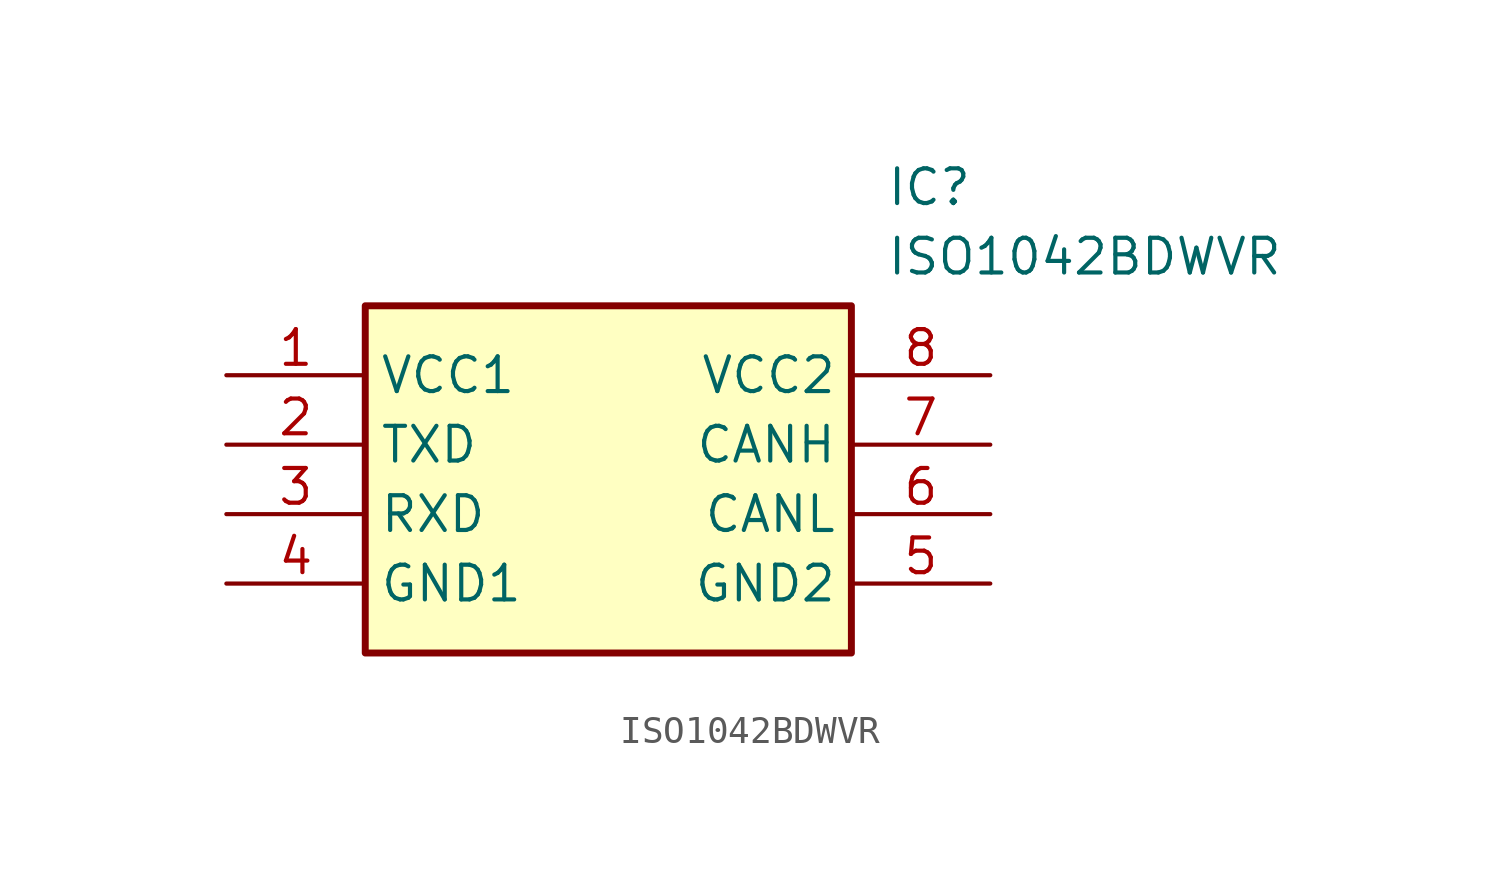
<source format=kicad_sym>
(kicad_symbol_lib
  (version 20211014)
  (generator SamacSys_ECAD_Model)
  (symbol "ISO1042BDWVR"
    (property "Reference" "IC"
      (at 24.13 7.62 0)
      (effects (font (size 1.27 1.27)) (justify left top)))
    (property "Value" "ISO1042BDWVR"
      (at 24.13 5.08 0)
      (effects (font (size 1.27 1.27)) (justify left top)))
    (rectangle
      (start 5.08 2.54)
      (end 22.86 -10.16)
      (stroke (width 0.254) (type default))
      (fill (type background)))
    (pin passive line
      (at 0 0 0)
      (length 5.08)
      (name "VCC1" (effects (font (size 1.27 1.27))))
      (number "1" (effects (font (size 1.27 1.27)))))
    (pin passive line
      (at 0 -2.54 0)
      (length 5.08)
      (name "TXD" (effects (font (size 1.27 1.27))))
      (number "2" (effects (font (size 1.27 1.27)))))
    (pin passive line
      (at 0 -5.08 0)
      (length 5.08)
      (name "RXD" (effects (font (size 1.27 1.27))))
      (number "3" (effects (font (size 1.27 1.27)))))
    (pin passive line
      (at 0 -7.62 0)
      (length 5.08)
      (name "GND1" (effects (font (size 1.27 1.27))))
      (number "4" (effects (font (size 1.27 1.27)))))
    (pin passive line
      (at 27.94 0 180)
      (length 5.08)
      (name "VCC2" (effects (font (size 1.27 1.27))))
      (number "8" (effects (font (size 1.27 1.27)))))
    (pin passive line
      (at 27.94 -2.54 180)
      (length 5.08)
      (name "CANH" (effects (font (size 1.27 1.27))))
      (number "7" (effects (font (size 1.27 1.27)))))
    (pin passive line
      (at 27.94 -5.08 180)
      (length 5.08)
      (name "CANL" (effects (font (size 1.27 1.27))))
      (number "6" (effects (font (size 1.27 1.27)))))
    (pin passive line
      (at 27.94 -7.62 180)
      (length 5.08)
      (name "GND2" (effects (font (size 1.27 1.27))))
      (number "5" (effects (font (size 1.27 1.27)))))))
</source>
